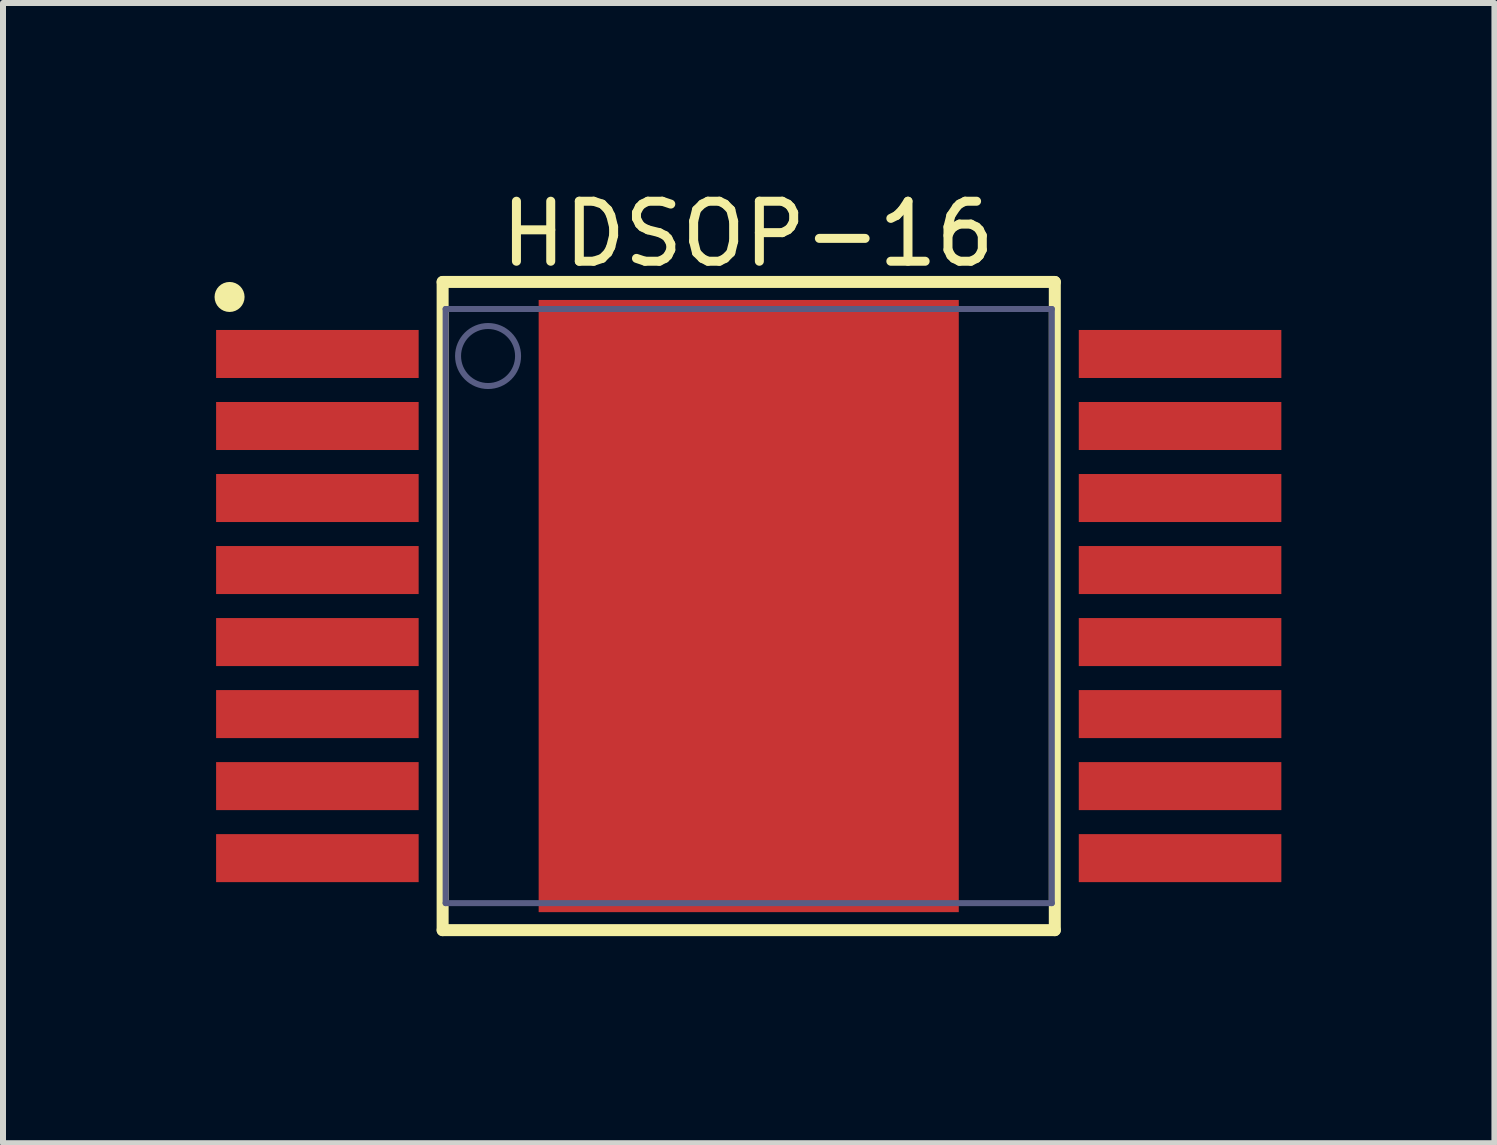
<source format=kicad_pcb>
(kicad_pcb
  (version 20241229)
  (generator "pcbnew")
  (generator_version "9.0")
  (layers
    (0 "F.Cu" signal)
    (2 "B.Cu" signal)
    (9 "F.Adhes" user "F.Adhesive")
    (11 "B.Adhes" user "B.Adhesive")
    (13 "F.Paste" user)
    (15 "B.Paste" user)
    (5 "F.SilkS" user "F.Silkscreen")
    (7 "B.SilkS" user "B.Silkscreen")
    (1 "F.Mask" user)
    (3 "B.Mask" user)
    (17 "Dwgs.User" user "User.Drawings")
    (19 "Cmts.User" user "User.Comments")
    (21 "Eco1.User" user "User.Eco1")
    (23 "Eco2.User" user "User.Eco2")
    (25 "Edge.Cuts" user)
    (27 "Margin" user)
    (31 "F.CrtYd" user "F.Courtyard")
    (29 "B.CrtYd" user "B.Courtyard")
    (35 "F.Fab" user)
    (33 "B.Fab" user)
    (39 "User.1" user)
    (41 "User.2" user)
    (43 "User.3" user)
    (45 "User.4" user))
  (footprint "HDSOP-16"
    (layer "F.Cu")
    (at 9.425 7.048)
    (property "Reference" "HDSOP-16" (at -0.013 -6.2 0) (layer "F.SilkS") (effects (font (size 1 1) (thickness 0.15))))
    (fp_line (start -5.1 -5.4) (end 5.1 -5.4) (stroke (width 0.2) (type solid)) (layer "F.SilkS"))
    (fp_line (start -5.1 5.4) (end -5.1 -5.4) (stroke (width 0.2) (type solid)) (layer "F.SilkS"))
    (fp_line (start -5.1 5.4) (end 5.1 5.4) (stroke (width 0.2) (type solid)) (layer "F.SilkS"))
    (fp_line (start 5.1 5.4) (end 5.1 -5.4) (stroke (width 0.2) (type solid)) (layer "F.SilkS"))
    (fp_circle (center -8.65 -5.15) (end -8.65 -5.275) (stroke (width 0.25) (type solid)) (fill no) (layer "F.SilkS"))
    (fp_line (start -9.375 -5.9) (end 9.375 -5.9) (stroke (width 0.1) (type solid)) (layer "Eco2.User"))
    (fp_line (start -9.375 5.9) (end -9.375 -5.9) (stroke (width 0.1) (type solid)) (layer "Eco2.User"))
    (fp_line (start -9.375 5.9) (end 9.375 5.9) (stroke (width 0.1) (type solid)) (layer "Eco2.User"))
    (fp_line (start -0.5 0) (end 0.5 0) (stroke (width 0.1) (type solid)) (layer "Eco2.User"))
    (fp_line (start 0 0.5) (end 0 -0.5) (stroke (width 0.1) (type solid)) (layer "Eco2.User"))
    (fp_line (start 9.375 5.9) (end 9.375 -5.9) (stroke (width 0.1) (type solid)) (layer "Eco2.User"))
    (fp_line (start -5.05 -4.95) (end 5.05 -4.95) (stroke (width 0.1) (type solid)) (layer "B.Fab"))
    (fp_line (start -5.05 4.95) (end -5.05 -4.95) (stroke (width 0.1) (type solid)) (layer "B.Fab"))
    (fp_line (start -5.05 4.95) (end 5.05 4.95) (stroke (width 0.1) (type solid)) (layer "B.Fab"))
    (fp_line (start 5.05 4.95) (end 5.05 -4.95) (stroke (width 0.1) (type solid)) (layer "B.Fab"))
    (fp_circle (center -4.343 -4.166) (end -4.343 -4.666) (stroke (width 0.1) (type solid)) (fill no) (layer "B.Fab"))
    (fp_text user "${REFERENCE}" (at -3.643 0.385 0) (unlocked yes) (layer "User.3") (effects (font (face "Arial") (size 0.756 0.756) (thickness 0.2)) (justify left bottom)))
    (pad "" smd rect (at 0 0) (size 7 10.2) (layers "F.Cu" "F.Mask" "F.Paste"))
    (pad "1" smd rect (at -7.187 -4.2) (size 3.375 0.8) (layers "F.Cu" "F.Mask" "F.Paste"))
    (pad "2" smd rect (at -7.187 -3) (size 3.375 0.8) (layers "F.Cu" "F.Mask" "F.Paste"))
    (pad "3" smd rect (at -7.187 -1.8) (size 3.375 0.8) (layers "F.Cu" "F.Mask" "F.Paste"))
    (pad "4" smd rect (at -7.187 -0.6) (size 3.375 0.8) (layers "F.Cu" "F.Mask" "F.Paste"))
    (pad "5" smd rect (at -7.187 0.6) (size 3.375 0.8) (layers "F.Cu" "F.Mask" "F.Paste"))
    (pad "6" smd rect (at -7.187 1.8) (size 3.375 0.8) (layers "F.Cu" "F.Mask" "F.Paste"))
    (pad "7" smd rect (at -7.187 3) (size 3.375 0.8) (layers "F.Cu" "F.Mask" "F.Paste"))
    (pad "8" smd rect (at -7.187 4.2) (size 3.375 0.8) (layers "F.Cu" "F.Mask" "F.Paste"))
    (pad "9" smd rect (at 7.187 4.2) (size 3.375 0.8) (layers "F.Cu" "F.Mask" "F.Paste"))
    (pad "10" smd rect (at 7.187 3) (size 3.375 0.8) (layers "F.Cu" "F.Mask" "F.Paste"))
    (pad "11" smd rect (at 7.187 1.8) (size 3.375 0.8) (layers "F.Cu" "F.Mask" "F.Paste"))
    (pad "12" smd rect (at 7.187 0.6) (size 3.375 0.8) (layers "F.Cu" "F.Mask" "F.Paste"))
    (pad "13" smd rect (at 7.187 -0.6) (size 3.375 0.8) (layers "F.Cu" "F.Mask" "F.Paste"))
    (pad "14" smd rect (at 7.187 -1.8) (size 3.375 0.8) (layers "F.Cu" "F.Mask" "F.Paste"))
    (pad "15" smd rect (at 7.187 -3) (size 3.375 0.8) (layers "F.Cu" "F.Mask" "F.Paste"))
    (pad "16" smd rect (at 7.187 -4.2) (size 3.375 0.8) (layers "F.Cu" "F.Mask" "F.Paste")))
  (gr_rect
    (start -3 -3)
    (end 21.85 15.998)
    (stroke (width 0.1) (type default))
    (fill no)
    (layer "Edge.Cuts")))
</source>
